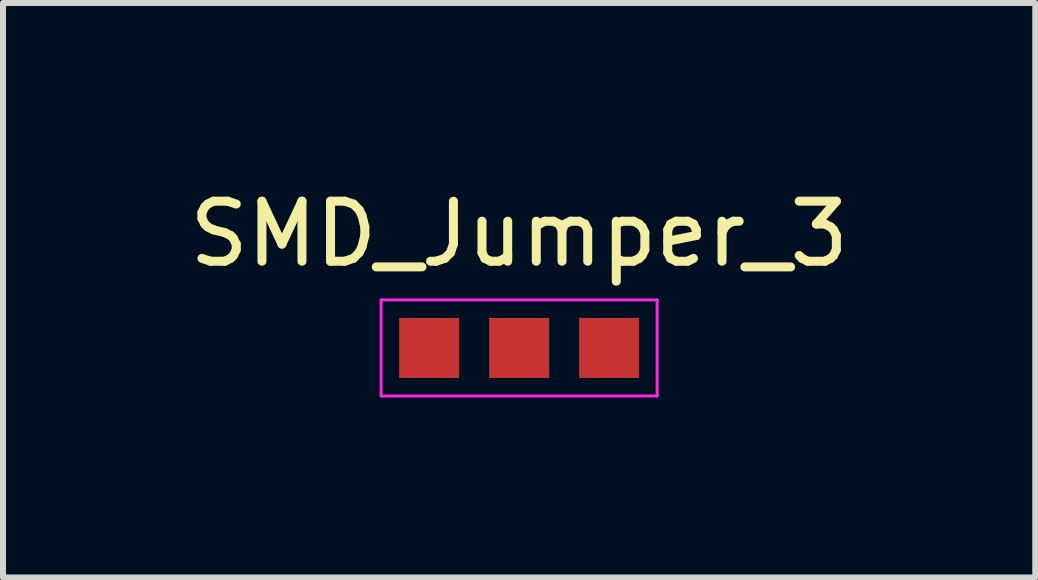
<source format=kicad_pcb>
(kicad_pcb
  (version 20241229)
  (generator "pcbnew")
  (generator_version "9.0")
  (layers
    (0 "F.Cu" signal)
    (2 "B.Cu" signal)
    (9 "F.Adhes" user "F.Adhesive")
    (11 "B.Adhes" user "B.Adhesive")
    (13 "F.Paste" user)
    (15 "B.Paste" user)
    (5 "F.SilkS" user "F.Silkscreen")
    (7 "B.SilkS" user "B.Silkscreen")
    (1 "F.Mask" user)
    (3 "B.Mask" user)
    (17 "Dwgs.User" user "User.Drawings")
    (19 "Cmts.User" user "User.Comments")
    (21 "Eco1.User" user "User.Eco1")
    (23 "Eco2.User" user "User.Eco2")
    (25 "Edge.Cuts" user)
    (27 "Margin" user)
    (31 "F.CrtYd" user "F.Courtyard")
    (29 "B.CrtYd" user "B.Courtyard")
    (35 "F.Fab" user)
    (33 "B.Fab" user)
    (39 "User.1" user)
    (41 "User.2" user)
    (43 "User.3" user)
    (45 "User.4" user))
  (footprint "SMD_Jumper_3"
    (layer "F.Cu")
    (at 5.601 2.748)
    (property "Reference" "SMD_Jumper_3" (at 0 -1.9 0) (layer "F.SilkS") (effects (font (size 1 1) (thickness 0.15))))
    (attr smd)
    (fp_line (start -0.75 -0.65) (end -0.75 0.65) (stroke (width 0.15) (type solid)) (layer "F.Mask"))
    (fp_line (start 0.75 -0.65) (end 0.75 0.65) (stroke (width 0.15) (type solid)) (layer "F.Mask"))
    (fp_line (start -2.3 -0.8) (end -2.3 0.8) (stroke (width 0.05) (type solid)) (layer "F.CrtYd"))
    (fp_line (start -2.3 -0.8) (end 2.3 -0.8) (stroke (width 0.05) (type solid)) (layer "F.CrtYd"))
    (fp_line (start -2.3 0.8) (end 2.3 0.8) (stroke (width 0.05) (type solid)) (layer "F.CrtYd"))
    (fp_line (start 2.3 -0.8) (end 2.3 0.8) (stroke (width 0.05) (type solid)) (layer "F.CrtYd"))
    (pad "1" smd rect (at -1.5 0) (size 1 1) (layers "F.Cu" "F.Mask" "F.Paste"))
    (pad "2" smd rect (at 0 0) (size 1 1) (layers "F.Cu" "F.Mask" "F.Paste"))
    (pad "3" smd rect (at 1.5 0) (size 1 1) (layers "F.Cu" "F.Mask" "F.Paste")))
  (gr_rect
    (start -3 -3)
    (end 14.202 6.573)
    (stroke (width 0.1) (type default))
    (fill no)
    (layer "Edge.Cuts")))
</source>
